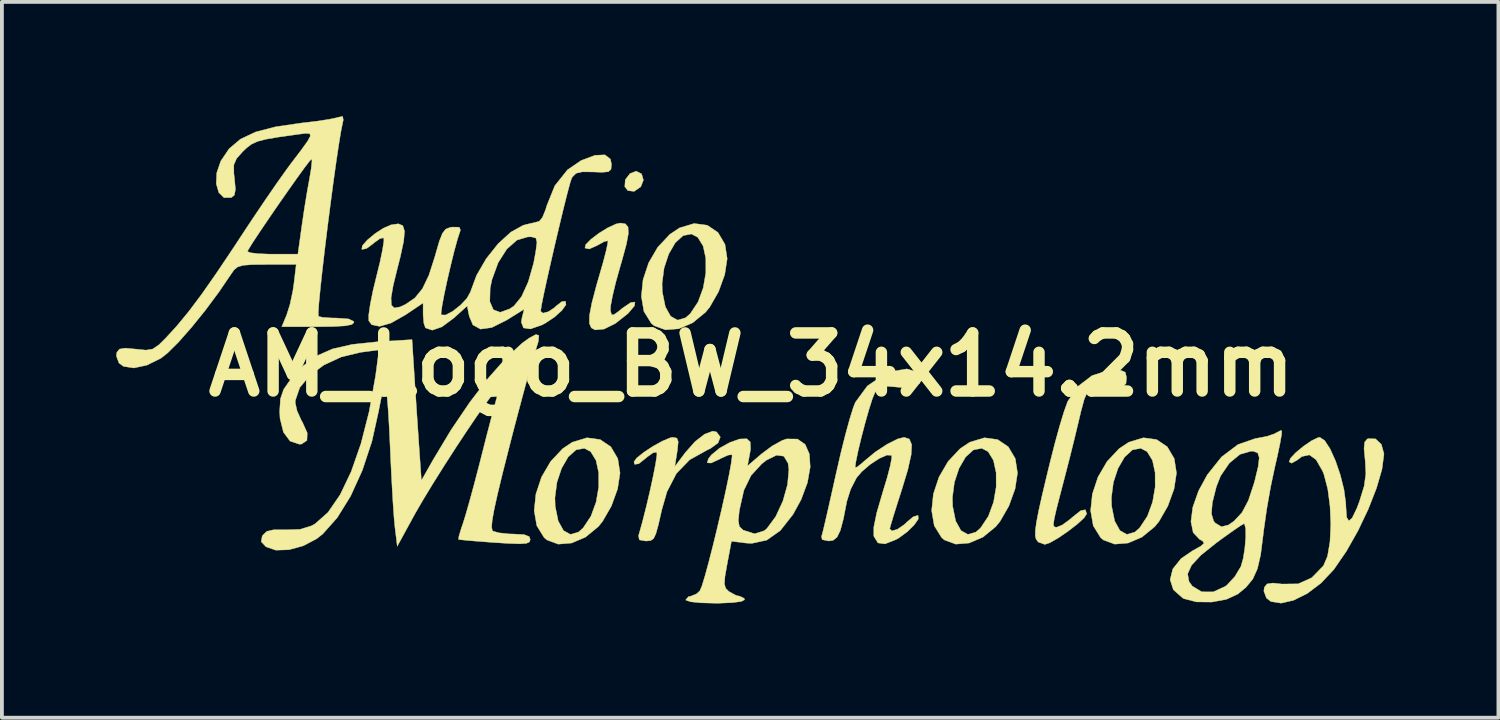
<source format=kicad_pcb>
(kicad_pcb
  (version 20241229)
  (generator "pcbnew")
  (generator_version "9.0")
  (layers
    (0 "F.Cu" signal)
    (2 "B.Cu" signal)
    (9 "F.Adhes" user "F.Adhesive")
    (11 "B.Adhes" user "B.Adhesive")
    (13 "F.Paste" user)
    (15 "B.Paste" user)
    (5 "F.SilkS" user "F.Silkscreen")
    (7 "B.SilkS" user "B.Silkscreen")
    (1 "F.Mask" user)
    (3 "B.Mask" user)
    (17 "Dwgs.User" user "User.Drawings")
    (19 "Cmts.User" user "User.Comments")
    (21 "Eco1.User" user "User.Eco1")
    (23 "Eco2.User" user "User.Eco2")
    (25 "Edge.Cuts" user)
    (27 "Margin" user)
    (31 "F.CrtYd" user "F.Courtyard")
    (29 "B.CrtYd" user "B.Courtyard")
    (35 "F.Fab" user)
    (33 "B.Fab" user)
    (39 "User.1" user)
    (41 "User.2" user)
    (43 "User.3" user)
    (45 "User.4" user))
  (footprint "AM_Logo_BW_34x14.2mm"
    (layer "F.Cu")
    (at 16.673 6.523)
    (property "Reference" "AM_Logo_BW_34x14.2mm" (at 0 0 0) (layer "F.SilkS") (effects (font (size 1.524 1.524) (thickness 0.3))))
    (attr through_hole)
    (fp_poly (pts (xy -2.883 -5.009) (xy -2.836 -4.847) (xy -2.904 -4.671) (xy -3.079 -4.55) (xy -3.244 -4.57) (xy -3.324 -4.673) (xy -3.312 -4.856) (xy -3.187 -5.018) (xy -3.025 -5.08) (xy -2.883 -5.009)) (stroke (width 0.01) (type solid)) (fill yes) (layer "F.SilkS"))
    (fp_poly (pts (xy -3.971 1.964) (xy -3.691 2.153) (xy -3.508 2.464) (xy -3.449 2.842) (xy -3.513 3.259) (xy -3.677 3.711) (xy -3.908 4.112) (xy -4.02 4.25) (xy -4.356 4.525) (xy -4.72 4.68) (xy -5.07 4.709) (xy -5.365 4.601) (xy -5.441 4.538) (xy -5.634 4.225) (xy -5.703 3.83) (xy -5.667 3.49) (xy -5.158 3.49) (xy -5.151 3.715) (xy -5.072 4.102) (xy -4.933 4.353) (xy -4.751 4.454) (xy -4.541 4.393) (xy -4.417 4.283) (xy -4.213 3.976) (xy -4.077 3.605) (xy -4.009 3.211) (xy -4.01 2.832) (xy -4.08 2.509) (xy -4.22 2.281) (xy -4.386 2.193) (xy -4.606 2.235) (xy -4.811 2.422) (xy -4.983 2.718) (xy -5.105 3.086) (xy -5.158 3.49) (xy -5.667 3.49) (xy -5.657 3.392) (xy -5.51 2.949) (xy -5.271 2.539) (xy -4.953 2.201) (xy -4.699 2.032) (xy -4.317 1.917) (xy -3.971 1.964)) (stroke (width 0.01) (type solid)) (fill yes) (layer "F.SilkS"))
    (fp_poly (pts (xy -1.159 -3.661) (xy -0.879 -3.472) (xy -0.695 -3.16) (xy -0.637 -2.783) (xy -0.701 -2.366) (xy -0.865 -1.914) (xy -1.096 -1.512) (xy -1.208 -1.375) (xy -1.544 -1.1) (xy -1.908 -0.944) (xy -2.257 -0.916) (xy -2.553 -1.023) (xy -2.628 -1.086) (xy -2.822 -1.399) (xy -2.89 -1.794) (xy -2.855 -2.134) (xy -2.346 -2.134) (xy -2.339 -1.91) (xy -2.26 -1.522) (xy -2.121 -1.272) (xy -1.939 -1.171) (xy -1.729 -1.232) (xy -1.605 -1.341) (xy -1.401 -1.648) (xy -1.265 -2.019) (xy -1.197 -2.414) (xy -1.198 -2.792) (xy -1.268 -3.116) (xy -1.408 -3.344) (xy -1.574 -3.432) (xy -1.793 -3.389) (xy -1.999 -3.202) (xy -2.171 -2.906) (xy -2.293 -2.538) (xy -2.346 -2.134) (xy -2.855 -2.134) (xy -2.845 -2.232) (xy -2.698 -2.675) (xy -2.459 -3.085) (xy -2.141 -3.423) (xy -1.887 -3.592) (xy -1.505 -3.707) (xy -1.159 -3.661)) (stroke (width 0.01) (type solid)) (fill yes) (layer "F.SilkS"))
    (fp_poly (pts (xy 6.461 1.964) (xy 6.741 2.153) (xy 6.925 2.464) (xy 6.983 2.842) (xy 6.919 3.259) (xy 6.755 3.711) (xy 6.524 4.112) (xy 6.412 4.25) (xy 6.076 4.525) (xy 5.712 4.68) (xy 5.363 4.709) (xy 5.067 4.601) (xy 4.992 4.538) (xy 4.798 4.225) (xy 4.73 3.83) (xy 4.765 3.49) (xy 5.274 3.49) (xy 5.281 3.715) (xy 5.36 4.102) (xy 5.499 4.353) (xy 5.681 4.454) (xy 5.891 4.393) (xy 6.015 4.283) (xy 6.219 3.976) (xy 6.355 3.605) (xy 6.423 3.211) (xy 6.422 2.832) (xy 6.352 2.509) (xy 6.212 2.281) (xy 6.046 2.193) (xy 5.827 2.235) (xy 5.621 2.422) (xy 5.449 2.718) (xy 5.327 3.086) (xy 5.274 3.49) (xy 4.765 3.49) (xy 4.775 3.392) (xy 4.922 2.949) (xy 5.161 2.539) (xy 5.479 2.201) (xy 5.733 2.032) (xy 6.115 1.917) (xy 6.461 1.964)) (stroke (width 0.01) (type solid)) (fill yes) (layer "F.SilkS"))
    (fp_poly (pts (xy 10.634 1.964) (xy 10.914 2.153) (xy 11.097 2.464) (xy 11.156 2.842) (xy 11.092 3.259) (xy 10.928 3.711) (xy 10.697 4.112) (xy 10.585 4.25) (xy 10.249 4.525) (xy 9.885 4.68) (xy 9.535 4.709) (xy 9.24 4.601) (xy 9.164 4.538) (xy 8.971 4.225) (xy 8.902 3.83) (xy 8.938 3.49) (xy 9.447 3.49) (xy 9.454 3.715) (xy 9.533 4.102) (xy 9.672 4.353) (xy 9.854 4.454) (xy 10.064 4.393) (xy 10.188 4.283) (xy 10.392 3.976) (xy 10.528 3.605) (xy 10.596 3.211) (xy 10.595 2.832) (xy 10.525 2.509) (xy 10.385 2.281) (xy 10.219 2.193) (xy 9.999 2.235) (xy 9.794 2.422) (xy 9.622 2.718) (xy 9.5 3.086) (xy 9.447 3.49) (xy 8.938 3.49) (xy 8.948 3.392) (xy 9.095 2.949) (xy 9.334 2.539) (xy 9.652 2.201) (xy 9.906 2.032) (xy 10.288 1.917) (xy 10.634 1.964)) (stroke (width 0.01) (type solid)) (fill yes) (layer "F.SilkS"))
    (fp_poly (pts (xy -3.308 -3.697) (xy -3.239 -3.615) (xy -3.23 -3.446) (xy -3.282 -3.166) (xy -3.395 -2.749) (xy -3.446 -2.576) (xy -3.56 -2.168) (xy -3.646 -1.809) (xy -3.696 -1.544) (xy -3.702 -1.431) (xy -3.675 -1.319) (xy -3.615 -1.309) (xy -3.478 -1.408) (xy -3.386 -1.485) (xy -3.169 -1.632) (xy -3.057 -1.646) (xy -3.07 -1.546) (xy -3.23 -1.356) (xy -3.246 -1.34) (xy -3.574 -1.082) (xy -3.869 -0.936) (xy -4.103 -0.914) (xy -4.203 -0.968) (xy -4.254 -1.084) (xy -4.251 -1.295) (xy -4.189 -1.621) (xy -4.067 -2.085) (xy -3.998 -2.323) (xy -3.89 -2.698) (xy -3.811 -3.003) (xy -3.77 -3.2) (xy -3.768 -3.254) (xy -3.86 -3.235) (xy -4.033 -3.14) (xy -4.044 -3.133) (xy -4.257 -3.038) (xy -4.37 -3.063) (xy -4.35 -3.153) (xy -4.213 -3.292) (xy -4.006 -3.45) (xy -3.772 -3.594) (xy -3.557 -3.694) (xy -3.437 -3.719) (xy -3.308 -3.697)) (stroke (width 0.01) (type solid)) (fill yes) (layer "F.SilkS"))
    (fp_poly (pts (xy -0.916 1.764) (xy -0.817 1.898) (xy -0.877 2.053) (xy -1.083 2.202) (xy -1.157 2.236) (xy -1.621 2.494) (xy -1.968 2.852) (xy -2.217 3.333) (xy -2.354 3.81) (xy -2.441 4.193) (xy -2.507 4.432) (xy -2.568 4.562) (xy -2.643 4.615) (xy -2.749 4.626) (xy -2.779 4.626) (xy -2.942 4.597) (xy -2.964 4.489) (xy -2.958 4.468) (xy -2.862 4.125) (xy -2.761 3.728) (xy -2.664 3.316) (xy -2.58 2.927) (xy -2.516 2.601) (xy -2.482 2.377) (xy -2.483 2.295) (xy -2.581 2.309) (xy -2.739 2.423) (xy -2.75 2.434) (xy -2.958 2.599) (xy -3.066 2.614) (xy -3.084 2.549) (xy -3.011 2.447) (xy -2.827 2.3) (xy -2.584 2.14) (xy -2.334 2.002) (xy -2.13 1.917) (xy -2.063 1.905) (xy -1.957 1.926) (xy -1.922 2.021) (xy -1.943 2.238) (xy -1.951 2.291) (xy -2.013 2.676) (xy -1.738 2.309) (xy -1.481 2.018) (xy -1.229 1.822) (xy -1.015 1.743) (xy -0.916 1.764)) (stroke (width 0.01) (type solid)) (fill yes) (layer "F.SilkS"))
    (fp_poly (pts (xy 9.703 0.15) (xy 9.813 0.199) (xy 9.842 0.322) (xy 9.842 0.363) (xy 9.83 0.495) (xy 9.763 0.558) (xy 9.595 0.574) (xy 9.371 0.565) (xy 9.121 0.559) (xy 8.949 0.592) (xy 8.83 0.695) (xy 8.737 0.897) (xy 8.647 1.229) (xy 8.584 1.497) (xy 8.489 1.894) (xy 8.37 2.376) (xy 8.248 2.851) (xy 8.223 2.948) (xy 8.091 3.453) (xy 8 3.809) (xy 7.947 4.042) (xy 7.927 4.178) (xy 7.937 4.242) (xy 7.972 4.262) (xy 8.017 4.264) (xy 8.16 4.205) (xy 8.359 4.06) (xy 8.424 4.003) (xy 8.641 3.83) (xy 8.764 3.806) (xy 8.799 3.914) (xy 8.729 4.021) (xy 8.55 4.185) (xy 8.309 4.371) (xy 8.055 4.545) (xy 7.834 4.672) (xy 7.7 4.717) (xy 7.529 4.655) (xy 7.471 4.58) (xy 7.45 4.487) (xy 7.452 4.347) (xy 7.48 4.139) (xy 7.538 3.837) (xy 7.631 3.419) (xy 7.764 2.861) (xy 7.846 2.525) (xy 7.969 2.044) (xy 8.092 1.598) (xy 8.204 1.231) (xy 8.291 0.988) (xy 8.305 0.956) (xy 8.575 0.563) (xy 8.94 0.285) (xy 9.357 0.151) (xy 9.463 0.143) (xy 9.703 0.15)) (stroke (width 0.01) (type solid)) (fill yes) (layer "F.SilkS"))
    (fp_poly (pts (xy 15.044 1.988) (xy 15.187 2.207) (xy 15.33 2.523) (xy 15.456 2.894) (xy 15.552 3.278) (xy 15.6 3.635) (xy 15.603 3.73) (xy 15.622 4.002) (xy 15.678 4.098) (xy 15.768 4.02) (xy 15.89 3.767) (xy 15.961 3.578) (xy 16.081 3.187) (xy 16.126 2.866) (xy 16.11 2.527) (xy 16.106 2.493) (xy 16.078 2.196) (xy 16.095 2.03) (xy 16.162 1.951) (xy 16.187 1.94) (xy 16.381 1.946) (xy 16.533 2.091) (xy 16.6 2.332) (xy 16.601 2.353) (xy 16.549 2.745) (xy 16.406 3.238) (xy 16.19 3.789) (xy 15.921 4.355) (xy 15.617 4.892) (xy 15.297 5.358) (xy 15.279 5.382) (xy 14.95 5.731) (xy 14.59 6.003) (xy 14.229 6.183) (xy 13.901 6.258) (xy 13.635 6.215) (xy 13.517 6.124) (xy 13.449 5.941) (xy 13.462 5.842) (xy 13.534 5.753) (xy 13.687 5.73) (xy 13.925 5.756) (xy 14.35 5.751) (xy 14.707 5.59) (xy 15.013 5.276) (xy 15.12 5.026) (xy 15.184 4.65) (xy 15.206 4.197) (xy 15.186 3.717) (xy 15.126 3.26) (xy 15.025 2.876) (xy 14.99 2.789) (xy 14.819 2.491) (xy 14.643 2.366) (xy 14.447 2.409) (xy 14.326 2.501) (xy 14.177 2.584) (xy 14.112 2.549) (xy 14.148 2.454) (xy 14.29 2.304) (xy 14.491 2.138) (xy 14.702 1.994) (xy 14.873 1.912) (xy 14.917 1.905) (xy 15.044 1.988)) (stroke (width 0.01) (type solid)) (fill yes) (layer "F.SilkS"))
    (fp_poly (pts (xy 4.313 0.181) (xy 4.415 0.325) (xy 4.409 0.489) (xy 4.246 0.582) (xy 3.94 0.598) (xy 3.794 0.584) (xy 3.526 0.561) (xy 3.37 0.593) (xy 3.264 0.7) (xy 3.237 0.741) (xy 3.173 0.895) (xy 3.084 1.175) (xy 2.983 1.532) (xy 2.883 1.915) (xy 2.797 2.273) (xy 2.739 2.556) (xy 2.721 2.7) (xy 2.779 2.681) (xy 2.921 2.567) (xy 2.971 2.521) (xy 3.255 2.287) (xy 3.563 2.085) (xy 3.839 1.947) (xy 4.008 1.905) (xy 4.144 1.95) (xy 4.206 2.097) (xy 4.192 2.361) (xy 4.103 2.759) (xy 3.951 3.262) (xy 3.824 3.659) (xy 3.72 3.99) (xy 3.652 4.219) (xy 3.629 4.307) (xy 3.688 4.362) (xy 3.833 4.318) (xy 4.011 4.196) (xy 4.08 4.13) (xy 4.243 3.993) (xy 4.365 3.954) (xy 4.374 3.958) (xy 4.379 4.049) (xy 4.273 4.203) (xy 4.093 4.381) (xy 3.875 4.542) (xy 3.792 4.59) (xy 3.506 4.702) (xy 3.321 4.677) (xy 3.218 4.512) (xy 3.211 4.485) (xy 3.212 4.259) (xy 3.289 3.884) (xy 3.437 3.376) (xy 3.446 3.346) (xy 3.561 2.967) (xy 3.643 2.653) (xy 3.683 2.444) (xy 3.679 2.378) (xy 3.556 2.371) (xy 3.353 2.461) (xy 3.117 2.616) (xy 2.896 2.805) (xy 2.757 2.969) (xy 2.604 3.267) (xy 2.502 3.589) (xy 2.5 3.604) (xy 2.412 4.053) (xy 2.332 4.351) (xy 2.247 4.526) (xy 2.143 4.609) (xy 2.028 4.626) (xy 1.857 4.591) (xy 1.839 4.511) (xy 1.873 4.387) (xy 1.937 4.118) (xy 2.025 3.735) (xy 2.13 3.268) (xy 2.222 2.855) (xy 2.344 2.324) (xy 2.467 1.831) (xy 2.582 1.414) (xy 2.677 1.111) (xy 2.729 0.984) (xy 3.043 0.556) (xy 3.481 0.26) (xy 3.725 0.169) (xy 4.079 0.109) (xy 4.313 0.181)) (stroke (width 0.01) (type solid)) (fill yes) (layer "F.SilkS"))
    (fp_poly (pts (xy -0.12 1.944) (xy -0.031 2.028) (xy -0.023 2.21) (xy -0.042 2.327) (xy -0.104 2.656) (xy 0.276 2.331) (xy 0.543 2.133) (xy 0.805 1.988) (xy 0.924 1.947) (xy 1.21 1.951) (xy 1.41 2.091) (xy 1.521 2.345) (xy 1.542 2.687) (xy 1.47 3.094) (xy 1.303 3.541) (xy 1.092 3.927) (xy 0.758 4.352) (xy 0.401 4.604) (xy 0.009 4.689) (xy -0.149 4.68) (xy -0.525 4.633) (xy -0.638 5.234) (xy -0.695 5.558) (xy -0.709 5.753) (xy -0.677 5.867) (xy -0.596 5.948) (xy -0.585 5.956) (xy -0.402 6.055) (xy -0.3 6.078) (xy -0.191 6.133) (xy -0.181 6.169) (xy -0.267 6.213) (xy -0.501 6.244) (xy -0.853 6.259) (xy -0.953 6.259) (xy -1.328 6.249) (xy -1.594 6.222) (xy -1.718 6.18) (xy -1.724 6.169) (xy -1.651 6.086) (xy -1.599 6.078) (xy -1.442 6.014) (xy -1.354 5.934) (xy -1.301 5.81) (xy -1.221 5.548) (xy -1.121 5.18) (xy -1.008 4.739) (xy -0.891 4.259) (xy -0.853 4.094) (xy -0.345 4.094) (xy -0.317 4.246) (xy -0.22 4.338) (xy -0.213 4.342) (xy 0.083 4.437) (xy 0.339 4.356) (xy 0.405 4.299) (xy 0.637 3.985) (xy 0.825 3.579) (xy 0.947 3.147) (xy 0.983 2.753) (xy 0.961 2.586) (xy 0.851 2.401) (xy 0.66 2.374) (xy 0.395 2.504) (xy 0.267 2.604) (xy -0.012 2.909) (xy -0.199 3.296) (xy -0.316 3.813) (xy -0.318 3.823) (xy -0.345 4.094) (xy -0.853 4.094) (xy -0.777 3.771) (xy -0.674 3.308) (xy -0.59 2.904) (xy -0.532 2.59) (xy -0.508 2.401) (xy -0.512 2.36) (xy -0.611 2.372) (xy -0.798 2.456) (xy -0.835 2.477) (xy -1.059 2.58) (xy -1.161 2.574) (xy -1.129 2.465) (xy -1.05 2.366) (xy -0.836 2.189) (xy -0.567 2.04) (xy -0.307 1.949) (xy -0.12 1.944) (xy -0.12 1.944)) (stroke (width 0.01) (type solid)) (fill yes) (layer "F.SilkS"))
    (fp_poly (pts (xy 13.919 1.733) (xy 13.914 1.831) (xy 13.873 2.066) (xy 13.803 2.399) (xy 13.739 2.676) (xy 13.628 3.199) (xy 13.524 3.791) (xy 13.445 4.347) (xy 13.428 4.49) (xy 13.364 4.992) (xy 13.28 5.356) (xy 13.159 5.624) (xy 12.981 5.841) (xy 12.766 6.019) (xy 12.466 6.158) (xy 12.079 6.229) (xy 11.682 6.225) (xy 11.354 6.141) (xy 11.318 6.122) (xy 11.074 5.906) (xy 10.989 5.643) (xy 11.027 5.487) (xy 11.449 5.487) (xy 11.483 5.688) (xy 11.569 5.809) (xy 11.817 5.96) (xy 12.121 5.962) (xy 12.435 5.818) (xy 12.472 5.79) (xy 12.687 5.562) (xy 12.847 5.294) (xy 12.907 5.084) (xy 12.95 4.812) (xy 12.973 4.534) (xy 12.972 4.305) (xy 12.942 4.181) (xy 12.926 4.173) (xy 12.838 4.223) (xy 12.639 4.359) (xy 12.364 4.555) (xy 12.201 4.675) (xy 11.798 4.998) (xy 11.551 5.263) (xy 11.449 5.487) (xy 11.027 5.487) (xy 11.058 5.361) (xy 11.275 5.089) (xy 11.57 4.887) (xy 11.796 4.761) (xy 11.88 4.685) (xy 11.842 4.627) (xy 11.762 4.583) (xy 11.594 4.406) (xy 11.535 4.116) (xy 11.562 3.911) (xy 12.073 3.911) (xy 12.131 4.102) (xy 12.174 4.155) (xy 12.336 4.252) (xy 12.52 4.206) (xy 12.667 4.103) (xy 12.875 3.88) (xy 13.043 3.563) (xy 13.192 3.111) (xy 13.211 3.043) (xy 13.301 2.67) (xy 13.328 2.438) (xy 13.288 2.315) (xy 13.177 2.271) (xy 13.115 2.268) (xy 12.823 2.352) (xy 12.545 2.58) (xy 12.315 2.916) (xy 12.203 3.198) (xy 12.097 3.62) (xy 12.073 3.911) (xy 11.562 3.911) (xy 11.583 3.741) (xy 11.735 3.311) (xy 11.963 2.891) (xy 12.339 2.419) (xy 12.769 2.095) (xy 13.229 1.935) (xy 13.264 1.93) (xy 13.532 1.879) (xy 13.732 1.811) (xy 13.768 1.789) (xy 13.887 1.728) (xy 13.919 1.733)) (stroke (width 0.01) (type solid)) (fill yes) (layer "F.SilkS"))
    (fp_poly (pts (xy -10.713 -6.425) (xy -10.731 -6.342) (xy -10.776 -6.117) (xy -10.834 -5.762) (xy -10.902 -5.306) (xy -10.976 -4.777) (xy -11.052 -4.203) (xy -11.128 -3.611) (xy -11.199 -3.03) (xy -11.262 -2.488) (xy -11.314 -2.013) (xy -11.351 -1.633) (xy -11.369 -1.377) (xy -11.366 -1.271) (xy -11.365 -1.27) (xy -11.259 -1.244) (xy -11.033 -1.228) (xy -10.879 -1.225) (xy -10.572 -1.202) (xy -10.438 -1.136) (xy -10.432 -1.111) (xy -10.486 -1.057) (xy -10.662 -1.021) (xy -10.98 -1.003) (xy -11.38 -0.998) (xy -12.328 -0.998) (xy -12.198 -1.309) (xy -12.112 -1.583) (xy -12.037 -1.935) (xy -12.009 -2.125) (xy -11.949 -2.631) (xy -12.722 -2.631) (xy -13.1 -2.628) (xy -13.34 -2.61) (xy -13.486 -2.567) (xy -13.582 -2.487) (xy -13.656 -2.381) (xy -13.98 -1.905) (xy -14.335 -1.428) (xy -14.696 -0.981) (xy -15.034 -0.597) (xy -15.324 -0.309) (xy -15.5 -0.17) (xy -15.869 0.012) (xy -16.21 0.085) (xy -16.482 0.043) (xy -16.6 -0.044) (xy -16.668 -0.227) (xy -16.656 -0.325) (xy -16.587 -0.41) (xy -16.438 -0.436) (xy -16.163 -0.41) (xy -16.158 -0.41) (xy -15.892 -0.383) (xy -15.715 -0.412) (xy -15.551 -0.524) (xy -15.377 -0.696) (xy -15.084 -1.015) (xy -14.775 -1.39) (xy -14.433 -1.845) (xy -14.042 -2.404) (xy -13.659 -2.975) (xy -13.229 -2.975) (xy -13.161 -2.941) (xy -12.953 -2.915) (xy -12.648 -2.903) (xy -12.582 -2.903) (xy -11.904 -2.903) (xy -11.8 -3.651) (xy -11.737 -4.079) (xy -11.667 -4.51) (xy -11.605 -4.856) (xy -11.6 -4.883) (xy -11.554 -5.157) (xy -11.535 -5.349) (xy -11.542 -5.404) (xy -11.599 -5.344) (xy -11.737 -5.163) (xy -11.934 -4.891) (xy -12.169 -4.558) (xy -12.423 -4.195) (xy -12.673 -3.83) (xy -12.9 -3.495) (xy -13.083 -3.218) (xy -13.2 -3.03) (xy -13.229 -2.975) (xy -13.659 -2.975) (xy -13.583 -3.088) (xy -13.407 -3.357) (xy -13.084 -3.845) (xy -12.757 -4.33) (xy -12.453 -4.771) (xy -12.201 -5.125) (xy -12.093 -5.272) (xy -11.819 -5.632) (xy -11.648 -5.87) (xy -11.575 -6.007) (xy -11.595 -6.067) (xy -11.703 -6.073) (xy -11.895 -6.048) (xy -11.939 -6.042) (xy -12.409 -5.976) (xy -12.737 -5.92) (xy -12.962 -5.862) (xy -13.12 -5.79) (xy -13.249 -5.692) (xy -13.346 -5.6) (xy -13.514 -5.412) (xy -13.586 -5.246) (xy -13.585 -5.021) (xy -13.568 -4.881) (xy -13.544 -4.601) (xy -13.572 -4.451) (xy -13.65 -4.388) (xy -13.844 -4.385) (xy -13.98 -4.519) (xy -14.047 -4.749) (xy -14.034 -5.036) (xy -13.93 -5.342) (xy -13.928 -5.346) (xy -13.709 -5.67) (xy -13.412 -5.921) (xy -13.014 -6.109) (xy -12.487 -6.246) (xy -11.808 -6.345) (xy -11.758 -6.35) (xy -11.39 -6.394) (xy -11.076 -6.443) (xy -10.874 -6.486) (xy -10.849 -6.494) (xy -10.729 -6.518) (xy -10.713 -6.425)) (stroke (width 0.01) (type solid)) (fill yes) (layer "F.SilkS"))
    (fp_poly (pts (xy -5.579 -0.768) (xy -5.594 -0.607) (xy -5.674 -0.354) (xy -5.737 -0.153) (xy -5.836 0.193) (xy -5.962 0.655) (xy -6.108 1.201) (xy -6.266 1.802) (xy -6.36 2.169) (xy -6.536 2.864) (xy -6.666 3.403) (xy -6.754 3.802) (xy -6.804 4.081) (xy -6.819 4.258) (xy -6.802 4.349) (xy -6.785 4.367) (xy -6.629 4.412) (xy -6.368 4.44) (xy -6.237 4.444) (xy -5.963 4.459) (xy -5.832 4.512) (xy -5.806 4.588) (xy -5.826 4.652) (xy -5.907 4.688) (xy -6.081 4.7) (xy -6.379 4.69) (xy -6.736 4.668) (xy -7.124 4.639) (xy -7.438 4.613) (xy -7.638 4.593) (xy -7.689 4.584) (xy -7.676 4.495) (xy -7.615 4.292) (xy -7.571 4.164) (xy -7.5 3.937) (xy -7.397 3.575) (xy -7.273 3.12) (xy -7.141 2.613) (xy -7.074 2.35) (xy -6.949 1.857) (xy -6.834 1.418) (xy -6.74 1.066) (xy -6.676 0.835) (xy -6.655 0.77) (xy -6.635 0.657) (xy -6.696 0.67) (xy -6.795 0.776) (xy -6.97 1.01) (xy -7.203 1.343) (xy -7.477 1.748) (xy -7.774 2.198) (xy -8.074 2.665) (xy -8.361 3.122) (xy -8.615 3.54) (xy -8.82 3.893) (xy -8.851 3.949) (xy -9.296 4.763) (xy -9.356 4.276) (xy -9.38 4.024) (xy -9.408 3.631) (xy -9.436 3.14) (xy -9.464 2.591) (xy -9.483 2.167) (xy -9.507 1.647) (xy -9.534 1.197) (xy -9.562 0.843) (xy -9.589 0.617) (xy -9.61 0.544) (xy -9.653 0.627) (xy -9.712 0.844) (xy -9.773 1.152) (xy -9.782 1.202) (xy -9.962 2.013) (xy -10.213 2.772) (xy -10.521 3.449) (xy -10.872 4.015) (xy -11.252 4.442) (xy -11.416 4.571) (xy -11.766 4.754) (xy -12.141 4.856) (xy -12.484 4.867) (xy -12.74 4.779) (xy -12.745 4.775) (xy -12.868 4.643) (xy -12.842 4.503) (xy -12.824 4.473) (xy -12.721 4.374) (xy -12.542 4.332) (xy -12.235 4.333) (xy -12.234 4.333) (xy -11.847 4.321) (xy -11.549 4.229) (xy -11.451 4.174) (xy -11.114 3.875) (xy -10.796 3.413) (xy -10.506 2.807) (xy -10.25 2.074) (xy -10.035 1.234) (xy -9.868 0.305) (xy -9.84 0.1) (xy -9.777 -0.389) (xy -10.262 -0.325) (xy -10.768 -0.203) (xy -11.223 0.008) (xy -11.596 0.284) (xy -11.856 0.601) (xy -11.971 0.936) (xy -11.974 0.998) (xy -11.927 1.209) (xy -11.812 1.464) (xy -11.784 1.511) (xy -11.659 1.79) (xy -11.667 1.987) (xy -11.805 2.081) (xy -11.867 2.086) (xy -12.11 2.004) (xy -12.283 1.772) (xy -12.373 1.413) (xy -12.383 1.224) (xy -12.362 0.893) (xy -12.278 0.647) (xy -12.102 0.394) (xy -11.769 0.032) (xy -11.412 -0.232) (xy -10.995 -0.415) (xy -10.48 -0.533) (xy -9.828 -0.602) (xy -9.738 -0.608) (xy -8.909 -0.659) (xy -8.854 0.192) (xy -8.823 0.672) (xy -8.786 1.239) (xy -8.748 1.802) (xy -8.732 2.041) (xy -8.663 3.039) (xy -8.355 2.495) (xy -7.884 1.711) (xy -7.395 0.989) (xy -6.908 0.352) (xy -6.442 -0.175) (xy -6.015 -0.569) (xy -5.836 -0.698) (xy -5.657 -0.794) (xy -5.579 -0.768)) (stroke (width 0.01) (type solid)) (fill yes) (layer "F.SilkS"))
    (fp_poly (pts (xy -3.701 -5.398) (xy -3.674 -5.261) (xy -3.686 -5.13) (xy -3.754 -5.066) (xy -3.921 -5.051) (xy -4.146 -5.06) (xy -4.436 -5.063) (xy -4.603 -5.025) (xy -4.7 -4.928) (xy -4.719 -4.895) (xy -4.761 -4.768) (xy -4.833 -4.499) (xy -4.928 -4.122) (xy -5.036 -3.673) (xy -5.151 -3.186) (xy -5.264 -2.697) (xy -5.367 -2.24) (xy -5.452 -1.849) (xy -5.51 -1.561) (xy -5.533 -1.41) (xy -5.534 -1.405) (xy -5.472 -1.354) (xy -5.329 -1.392) (xy -5.169 -1.499) (xy -5.127 -1.54) (xy -4.979 -1.655) (xy -4.88 -1.667) (xy -4.869 -1.574) (xy -4.977 -1.424) (xy -5.169 -1.251) (xy -5.41 -1.091) (xy -5.506 -1.041) (xy -5.802 -0.939) (xy -5.983 -0.966) (xy -6.041 -1.117) (xy -6.024 -1.225) (xy -5.966 -1.457) (xy -6.426 -1.171) (xy -6.816 -0.976) (xy -7.111 -0.935) (xy -7.311 -1.045) (xy -7.407 -1.273) (xy -7.461 -1.543) (xy -7.813 -1.225) (xy -8.124 -0.994) (xy -8.378 -0.907) (xy -8.557 -0.968) (xy -8.599 -1.092) (xy -8.618 -1.312) (xy -8.618 -1.324) (xy -8.618 -1.621) (xy -9.081 -1.309) (xy -9.461 -1.094) (xy -9.761 -1.007) (xy -9.967 -1.051) (xy -10.044 -1.153) (xy -10.046 -1.301) (xy -10.006 -1.58) (xy -9.932 -1.949) (xy -9.849 -2.291) (xy -9.751 -2.689) (xy -9.682 -3.021) (xy -9.647 -3.248) (xy -9.65 -3.331) (xy -9.746 -3.314) (xy -9.907 -3.199) (xy -9.933 -3.175) (xy -10.102 -3.051) (xy -10.218 -3.026) (xy -10.228 -3.032) (xy -10.211 -3.127) (xy -10.081 -3.274) (xy -9.883 -3.439) (xy -9.662 -3.583) (xy -9.461 -3.67) (xy -9.456 -3.672) (xy -9.266 -3.699) (xy -9.15 -3.65) (xy -9.105 -3.505) (xy -9.128 -3.242) (xy -9.214 -2.84) (xy -9.283 -2.57) (xy -9.402 -2.086) (xy -9.459 -1.757) (xy -9.45 -1.564) (xy -9.372 -1.49) (xy -9.222 -1.518) (xy -9.083 -1.582) (xy -8.834 -1.752) (xy -8.636 -1.995) (xy -8.467 -2.346) (xy -8.308 -2.84) (xy -8.293 -2.895) (xy -8.192 -3.243) (xy -8.11 -3.451) (xy -8.024 -3.559) (xy -7.91 -3.604) (xy -7.849 -3.613) (xy -7.669 -3.61) (xy -7.637 -3.534) (xy -7.642 -3.521) (xy -7.715 -3.297) (xy -7.803 -2.976) (xy -7.896 -2.599) (xy -7.987 -2.207) (xy -8.065 -1.841) (xy -8.121 -1.542) (xy -8.146 -1.353) (xy -8.141 -1.308) (xy -8.026 -1.305) (xy -7.842 -1.402) (xy -7.64 -1.561) (xy -7.549 -1.657) (xy -6.867 -1.657) (xy -6.774 -1.443) (xy -6.593 -1.376) (xy -6.341 -1.468) (xy -6.233 -1.543) (xy -6.035 -1.787) (xy -5.858 -2.175) (xy -5.717 -2.667) (xy -5.661 -2.971) (xy -5.63 -3.211) (xy -5.656 -3.323) (xy -5.765 -3.355) (xy -5.869 -3.356) (xy -6.155 -3.271) (xy -6.422 -3.035) (xy -6.648 -2.679) (xy -6.811 -2.234) (xy -6.858 -2.006) (xy -6.867 -1.657) (xy -7.549 -1.657) (xy -7.469 -1.742) (xy -7.378 -1.905) (xy -7.215 -2.346) (xy -6.962 -2.782) (xy -6.652 -3.173) (xy -6.317 -3.479) (xy -5.991 -3.66) (xy -5.921 -3.679) (xy -5.701 -3.73) (xy -5.569 -3.764) (xy -5.487 -3.864) (xy -5.4 -4.076) (xy -5.374 -4.17) (xy -5.161 -4.698) (xy -4.829 -5.115) (xy -4.471 -5.36) (xy -4.107 -5.497) (xy -3.847 -5.509) (xy -3.701 -5.398)) (stroke (width 0.01) (type solid)) (fill yes) (layer "F.SilkS")))
  (gr_rect
    (start -3 -3)
    (end 36.279 15.788)
    (stroke (width 0.1) (type default))
    (fill no)
    (layer "Edge.Cuts")))
</source>
